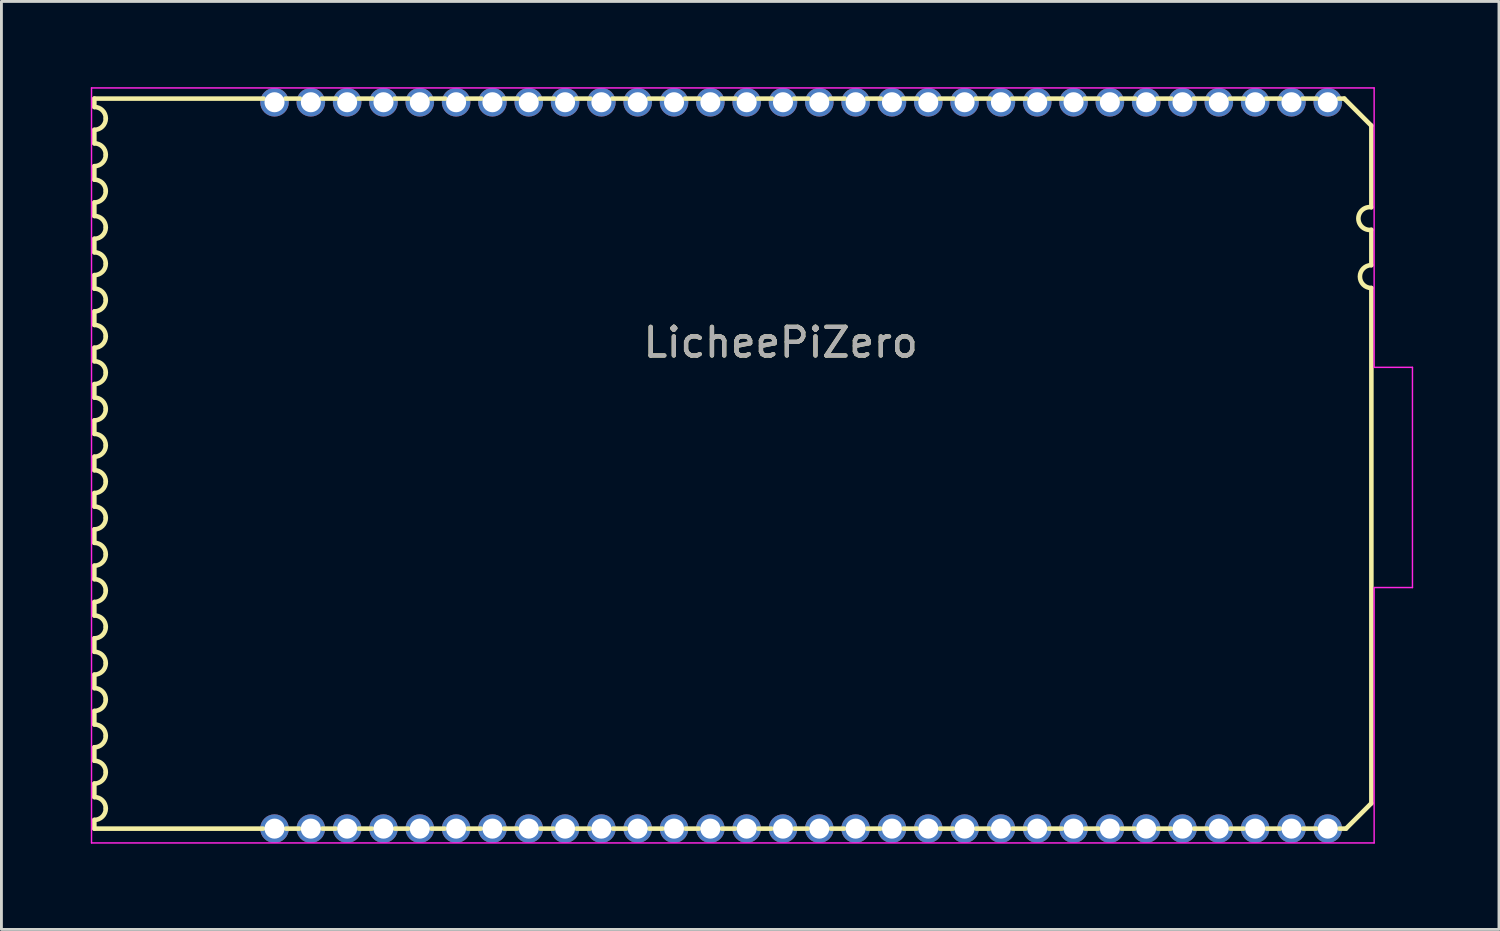
<source format=kicad_pcb>
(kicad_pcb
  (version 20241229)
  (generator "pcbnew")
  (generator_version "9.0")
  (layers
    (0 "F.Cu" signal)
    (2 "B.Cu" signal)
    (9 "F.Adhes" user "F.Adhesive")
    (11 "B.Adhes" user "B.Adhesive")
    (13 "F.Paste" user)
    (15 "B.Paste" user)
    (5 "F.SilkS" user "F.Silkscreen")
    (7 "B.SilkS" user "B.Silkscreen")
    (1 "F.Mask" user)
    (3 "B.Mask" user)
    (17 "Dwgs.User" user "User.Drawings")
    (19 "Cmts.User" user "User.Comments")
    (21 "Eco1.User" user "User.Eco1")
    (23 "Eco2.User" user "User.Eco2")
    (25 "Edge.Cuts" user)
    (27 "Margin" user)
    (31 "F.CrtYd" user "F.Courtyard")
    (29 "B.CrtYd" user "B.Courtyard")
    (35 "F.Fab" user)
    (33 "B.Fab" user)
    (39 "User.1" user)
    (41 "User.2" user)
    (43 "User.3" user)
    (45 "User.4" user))
  (footprint "LicheePiZero"
    (layer "F.Cu")
    (at 0.25 25.925)
    (property "Reference" "LicheePiZero" (at 24 -17 0) (layer "F.SilkS") (effects (font (size 1 1) (thickness 0.15))))
    (attr smd)
    (fp_line (start -0.001 -25.527) (end -0.001 -25.234) (stroke (width 0.16) (type solid)) (layer "F.SilkS"))
    (fp_line (start -0.001 -24.434) (end -0.001 -23.964) (stroke (width 0.16) (type solid)) (layer "F.SilkS"))
    (fp_line (start -0.001 -23.164) (end -0.001 -22.694) (stroke (width 0.16) (type solid)) (layer "F.SilkS"))
    (fp_line (start -0.001 -21.894) (end -0.001 -21.424) (stroke (width 0.16) (type solid)) (layer "F.SilkS"))
    (fp_line (start -0.001 -20.624) (end -0.001 -20.154) (stroke (width 0.16) (type solid)) (layer "F.SilkS"))
    (fp_line (start -0.001 -19.354) (end -0.001 -18.884) (stroke (width 0.16) (type solid)) (layer "F.SilkS"))
    (fp_line (start -0.001 -18.084) (end -0.001 -17.614) (stroke (width 0.16) (type solid)) (layer "F.SilkS"))
    (fp_line (start -0.001 -16.814) (end -0.001 -16.344) (stroke (width 0.16) (type solid)) (layer "F.SilkS"))
    (fp_line (start -0.001 -15.544) (end -0.001 -15.074) (stroke (width 0.16) (type solid)) (layer "F.SilkS"))
    (fp_line (start -0.001 -14.274) (end -0.001 -13.804) (stroke (width 0.16) (type solid)) (layer "F.SilkS"))
    (fp_line (start -0.001 -13.004) (end -0.001 -12.534) (stroke (width 0.16) (type solid)) (layer "F.SilkS"))
    (fp_line (start -0.001 -11.734) (end -0.001 -11.264) (stroke (width 0.16) (type solid)) (layer "F.SilkS"))
    (fp_line (start -0.001 -10.464) (end -0.001 -9.994) (stroke (width 0.16) (type solid)) (layer "F.SilkS"))
    (fp_line (start -0.001 -9.194) (end -0.001 -8.724) (stroke (width 0.16) (type solid)) (layer "F.SilkS"))
    (fp_line (start -0.001 -7.924) (end -0.001 -7.454) (stroke (width 0.16) (type solid)) (layer "F.SilkS"))
    (fp_line (start -0.001 -6.654) (end -0.001 -6.184) (stroke (width 0.16) (type solid)) (layer "F.SilkS"))
    (fp_line (start -0.001 -5.384) (end -0.001 -4.914) (stroke (width 0.16) (type solid)) (layer "F.SilkS"))
    (fp_line (start -0.001 -4.114) (end -0.001 -3.644) (stroke (width 0.16) (type solid)) (layer "F.SilkS"))
    (fp_line (start -0.001 -2.844) (end -0.001 -2.374) (stroke (width 0.16) (type solid)) (layer "F.SilkS"))
    (fp_line (start -0.001 -1.574) (end -0.001 -1.104) (stroke (width 0.16) (type solid)) (layer "F.SilkS"))
    (fp_line (start -0.001 -0.304) (end -0.001 0) (stroke (width 0.16) (type solid)) (layer "F.SilkS"))
    (fp_line (start -0.001 0) (end 5.899 0) (stroke (width 0.16) (type solid)) (layer "F.SilkS"))
    (fp_line (start 5.92 -25.527) (end -0.001 -25.527) (stroke (width 0.16) (type solid)) (layer "F.SilkS"))
    (fp_line (start 6.699 0) (end 7.169 0) (stroke (width 0.16) (type solid)) (layer "F.SilkS"))
    (fp_line (start 7.19 -25.527) (end 6.679 -25.527) (stroke (width 0.16) (type solid)) (layer "F.SilkS"))
    (fp_line (start 7.969 0) (end 8.439 0) (stroke (width 0.16) (type solid)) (layer "F.SilkS"))
    (fp_line (start 8.46 -25.527) (end 7.949 -25.527) (stroke (width 0.16) (type solid)) (layer "F.SilkS"))
    (fp_line (start 9.239 0) (end 9.709 0) (stroke (width 0.16) (type solid)) (layer "F.SilkS"))
    (fp_line (start 9.73 -25.527) (end 9.219 -25.527) (stroke (width 0.16) (type solid)) (layer "F.SilkS"))
    (fp_line (start 10.509 0) (end 10.979 0) (stroke (width 0.16) (type solid)) (layer "F.SilkS"))
    (fp_line (start 11 -25.527) (end 10.489 -25.527) (stroke (width 0.16) (type solid)) (layer "F.SilkS"))
    (fp_line (start 11.779 0) (end 12.249 0) (stroke (width 0.16) (type solid)) (layer "F.SilkS"))
    (fp_line (start 12.27 -25.527) (end 11.759 -25.527) (stroke (width 0.16) (type solid)) (layer "F.SilkS"))
    (fp_line (start 13.049 0) (end 13.519 0) (stroke (width 0.16) (type solid)) (layer "F.SilkS"))
    (fp_line (start 13.54 -25.527) (end 13.029 -25.527) (stroke (width 0.16) (type solid)) (layer "F.SilkS"))
    (fp_line (start 14.319 0) (end 14.789 0) (stroke (width 0.16) (type solid)) (layer "F.SilkS"))
    (fp_line (start 14.81 -25.527) (end 14.299 -25.527) (stroke (width 0.16) (type solid)) (layer "F.SilkS"))
    (fp_line (start 15.589 0) (end 16.059 0) (stroke (width 0.16) (type solid)) (layer "F.SilkS"))
    (fp_line (start 16.08 -25.527) (end 15.569 -25.527) (stroke (width 0.16) (type solid)) (layer "F.SilkS"))
    (fp_line (start 16.859 0) (end 17.329 0) (stroke (width 0.16) (type solid)) (layer "F.SilkS"))
    (fp_line (start 17.35 -25.527) (end 16.839 -25.527) (stroke (width 0.16) (type solid)) (layer "F.SilkS"))
    (fp_line (start 18.129 0) (end 18.599 0) (stroke (width 0.16) (type solid)) (layer "F.SilkS"))
    (fp_line (start 18.62 -25.527) (end 18.109 -25.527) (stroke (width 0.16) (type solid)) (layer "F.SilkS"))
    (fp_line (start 19.399 0) (end 19.869 0) (stroke (width 0.16) (type solid)) (layer "F.SilkS"))
    (fp_line (start 19.89 -25.527) (end 19.379 -25.527) (stroke (width 0.16) (type solid)) (layer "F.SilkS"))
    (fp_line (start 20.669 0) (end 21.139 0) (stroke (width 0.16) (type solid)) (layer "F.SilkS"))
    (fp_line (start 21.16 -25.527) (end 20.649 -25.527) (stroke (width 0.16) (type solid)) (layer "F.SilkS"))
    (fp_line (start 21.939 0) (end 22.409 0) (stroke (width 0.16) (type solid)) (layer "F.SilkS"))
    (fp_line (start 22.43 -25.527) (end 21.919 -25.527) (stroke (width 0.16) (type solid)) (layer "F.SilkS"))
    (fp_line (start 23.209 0) (end 23.679 0) (stroke (width 0.16) (type solid)) (layer "F.SilkS"))
    (fp_line (start 23.7 -25.527) (end 23.189 -25.527) (stroke (width 0.16) (type solid)) (layer "F.SilkS"))
    (fp_line (start 24.479 0) (end 24.949 0) (stroke (width 0.16) (type solid)) (layer "F.SilkS"))
    (fp_line (start 24.97 -25.527) (end 24.459 -25.527) (stroke (width 0.16) (type solid)) (layer "F.SilkS"))
    (fp_line (start 25.749 0) (end 26.219 0) (stroke (width 0.16) (type solid)) (layer "F.SilkS"))
    (fp_line (start 26.24 -25.527) (end 25.729 -25.527) (stroke (width 0.16) (type solid)) (layer "F.SilkS"))
    (fp_line (start 27.019 0) (end 27.489 0) (stroke (width 0.16) (type solid)) (layer "F.SilkS"))
    (fp_line (start 27.51 -25.527) (end 26.999 -25.527) (stroke (width 0.16) (type solid)) (layer "F.SilkS"))
    (fp_line (start 28.289 0) (end 28.759 0) (stroke (width 0.16) (type solid)) (layer "F.SilkS"))
    (fp_line (start 28.78 -25.527) (end 28.269 -25.527) (stroke (width 0.16) (type solid)) (layer "F.SilkS"))
    (fp_line (start 29.559 0) (end 30.029 0) (stroke (width 0.16) (type solid)) (layer "F.SilkS"))
    (fp_line (start 30.05 -25.527) (end 29.539 -25.527) (stroke (width 0.16) (type solid)) (layer "F.SilkS"))
    (fp_line (start 30.829 0) (end 31.299 0) (stroke (width 0.16) (type solid)) (layer "F.SilkS"))
    (fp_line (start 31.32 -25.527) (end 30.809 -25.527) (stroke (width 0.16) (type solid)) (layer "F.SilkS"))
    (fp_line (start 32.099 0) (end 32.569 0) (stroke (width 0.16) (type solid)) (layer "F.SilkS"))
    (fp_line (start 32.59 -25.527) (end 32.079 -25.527) (stroke (width 0.16) (type solid)) (layer "F.SilkS"))
    (fp_line (start 33.369 0) (end 33.839 0) (stroke (width 0.16) (type solid)) (layer "F.SilkS"))
    (fp_line (start 33.86 -25.527) (end 33.349 -25.527) (stroke (width 0.16) (type solid)) (layer "F.SilkS"))
    (fp_line (start 34.639 0) (end 35.109 0) (stroke (width 0.16) (type solid)) (layer "F.SilkS"))
    (fp_line (start 35.13 -25.527) (end 34.619 -25.527) (stroke (width 0.16) (type solid)) (layer "F.SilkS"))
    (fp_line (start 35.909 0) (end 36.379 0) (stroke (width 0.16) (type solid)) (layer "F.SilkS"))
    (fp_line (start 36.4 -25.527) (end 35.889 -25.527) (stroke (width 0.16) (type solid)) (layer "F.SilkS"))
    (fp_line (start 37.179 0) (end 37.649 0) (stroke (width 0.16) (type solid)) (layer "F.SilkS"))
    (fp_line (start 37.67 -25.527) (end 37.159 -25.527) (stroke (width 0.16) (type solid)) (layer "F.SilkS"))
    (fp_line (start 38.449 0) (end 38.919 0) (stroke (width 0.16) (type solid)) (layer "F.SilkS"))
    (fp_line (start 38.94 -25.527) (end 38.429 -25.527) (stroke (width 0.16) (type solid)) (layer "F.SilkS"))
    (fp_line (start 39.719 0) (end 40.189 0) (stroke (width 0.16) (type solid)) (layer "F.SilkS"))
    (fp_line (start 40.21 -25.527) (end 39.699 -25.527) (stroke (width 0.16) (type solid)) (layer "F.SilkS"))
    (fp_line (start 40.989 0) (end 41.459 0) (stroke (width 0.16) (type solid)) (layer "F.SilkS"))
    (fp_line (start 41.48 -25.527) (end 40.969 -25.527) (stroke (width 0.16) (type solid)) (layer "F.SilkS"))
    (fp_line (start 42.259 0) (end 42.729 0) (stroke (width 0.16) (type solid)) (layer "F.SilkS"))
    (fp_line (start 42.75 -25.527) (end 42.239 -25.527) (stroke (width 0.16) (type solid)) (layer "F.SilkS"))
    (fp_line (start 43.529 0) (end 43.765 0) (stroke (width 0.16) (type solid)) (layer "F.SilkS"))
    (fp_line (start 43.706 -25.527) (end 43.509 -25.527) (stroke (width 0.16) (type solid)) (layer "F.SilkS"))
    (fp_line (start 43.765 0) (end 44.653 -0.888) (stroke (width 0.16) (type solid)) (layer "F.SilkS"))
    (fp_line (start 44.653 -24.58) (end 43.706 -25.527) (stroke (width 0.16) (type solid)) (layer "F.SilkS"))
    (fp_line (start 44.653 -21.73) (end 44.653 -24.58) (stroke (width 0.16) (type solid)) (layer "F.SilkS"))
    (fp_line (start 44.653 -19.704) (end 44.653 -20.938) (stroke (width 0.16) (type solid)) (layer "F.SilkS"))
    (fp_line (start 44.653 -0.888) (end 44.653 -18.904) (stroke (width 0.16) (type solid)) (layer "F.SilkS"))
    (fp_arc (start -0.001 -25.234) (mid 0.281843 -25.116843) (end 0.399 -24.834) (stroke (width 0.16) (type solid)) (layer "F.SilkS"))
    (fp_arc (start -0.001 -23.964) (mid 0.281843 -23.846843) (end 0.399 -23.564) (stroke (width 0.16) (type solid)) (layer "F.SilkS"))
    (fp_arc (start -0.001 -22.694) (mid 0.281843 -22.576843) (end 0.399 -22.294) (stroke (width 0.16) (type solid)) (layer "F.SilkS"))
    (fp_arc (start -0.001 -21.424) (mid 0.281843 -21.306843) (end 0.399 -21.024) (stroke (width 0.16) (type solid)) (layer "F.SilkS"))
    (fp_arc (start -0.001 -20.154) (mid 0.281843 -20.036843) (end 0.399 -19.754) (stroke (width 0.16) (type solid)) (layer "F.SilkS"))
    (fp_arc (start -0.001 -18.884) (mid 0.281843 -18.766843) (end 0.399 -18.484) (stroke (width 0.16) (type solid)) (layer "F.SilkS"))
    (fp_arc (start -0.001 -17.614) (mid 0.281843 -17.496843) (end 0.399 -17.214) (stroke (width 0.16) (type solid)) (layer "F.SilkS"))
    (fp_arc (start -0.001 -16.344) (mid 0.281843 -16.226843) (end 0.399 -15.944) (stroke (width 0.16) (type solid)) (layer "F.SilkS"))
    (fp_arc (start -0.001 -15.074) (mid 0.281843 -14.956843) (end 0.399 -14.674) (stroke (width 0.16) (type solid)) (layer "F.SilkS"))
    (fp_arc (start -0.001 -13.804) (mid 0.281843 -13.686843) (end 0.399 -13.404) (stroke (width 0.16) (type solid)) (layer "F.SilkS"))
    (fp_arc (start -0.001 -12.534) (mid 0.281843 -12.416843) (end 0.399 -12.134) (stroke (width 0.16) (type solid)) (layer "F.SilkS"))
    (fp_arc (start -0.001 -11.264) (mid 0.281843 -11.146843) (end 0.399 -10.864) (stroke (width 0.16) (type solid)) (layer "F.SilkS"))
    (fp_arc (start -0.001 -9.994) (mid 0.281843 -9.876843) (end 0.399 -9.594) (stroke (width 0.16) (type solid)) (layer "F.SilkS"))
    (fp_arc (start -0.001 -8.724) (mid 0.281843 -8.606843) (end 0.399 -8.324) (stroke (width 0.16) (type solid)) (layer "F.SilkS"))
    (fp_arc (start -0.001 -7.454) (mid 0.281843 -7.336843) (end 0.399 -7.054) (stroke (width 0.16) (type solid)) (layer "F.SilkS"))
    (fp_arc (start -0.001 -6.184) (mid 0.281843 -6.066843) (end 0.399 -5.784) (stroke (width 0.16) (type solid)) (layer "F.SilkS"))
    (fp_arc (start -0.001 -4.914) (mid 0.281843 -4.796843) (end 0.399 -4.514) (stroke (width 0.16) (type solid)) (layer "F.SilkS"))
    (fp_arc (start -0.001 -3.644) (mid 0.281843 -3.526843) (end 0.399 -3.244) (stroke (width 0.16) (type solid)) (layer "F.SilkS"))
    (fp_arc (start -0.001 -2.374) (mid 0.281843 -2.256843) (end 0.399 -1.974) (stroke (width 0.16) (type solid)) (layer "F.SilkS"))
    (fp_arc (start -0.001 -1.104) (mid 0.281843 -0.986843) (end 0.399 -0.704) (stroke (width 0.16) (type solid)) (layer "F.SilkS"))
    (fp_arc (start 0.399 -24.834) (mid 0.281843 -24.551157) (end -0.001 -24.434) (stroke (width 0.16) (type solid)) (layer "F.SilkS"))
    (fp_arc (start 0.399 -23.564) (mid 0.281843 -23.281157) (end -0.001 -23.164) (stroke (width 0.16) (type solid)) (layer "F.SilkS"))
    (fp_arc (start 0.399 -22.294) (mid 0.281843 -22.011157) (end -0.001 -21.894) (stroke (width 0.16) (type solid)) (layer "F.SilkS"))
    (fp_arc (start 0.399 -21.024) (mid 0.281843 -20.741157) (end -0.001 -20.624) (stroke (width 0.16) (type solid)) (layer "F.SilkS"))
    (fp_arc (start 0.399 -19.754) (mid 0.281843 -19.471157) (end -0.001 -19.354) (stroke (width 0.16) (type solid)) (layer "F.SilkS"))
    (fp_arc (start 0.399 -18.484) (mid 0.281843 -18.201157) (end -0.001 -18.084) (stroke (width 0.16) (type solid)) (layer "F.SilkS"))
    (fp_arc (start 0.399 -17.214) (mid 0.281843 -16.931157) (end -0.001 -16.814) (stroke (width 0.16) (type solid)) (layer "F.SilkS"))
    (fp_arc (start 0.399 -15.944) (mid 0.281843 -15.661157) (end -0.001 -15.544) (stroke (width 0.16) (type solid)) (layer "F.SilkS"))
    (fp_arc (start 0.399 -14.674) (mid 0.281843 -14.391157) (end -0.001 -14.274) (stroke (width 0.16) (type solid)) (layer "F.SilkS"))
    (fp_arc (start 0.399 -13.404) (mid 0.281843 -13.121157) (end -0.001 -13.004) (stroke (width 0.16) (type solid)) (layer "F.SilkS"))
    (fp_arc (start 0.399 -12.134) (mid 0.281843 -11.851157) (end -0.001 -11.734) (stroke (width 0.16) (type solid)) (layer "F.SilkS"))
    (fp_arc (start 0.399 -10.864) (mid 0.281843 -10.581157) (end -0.001 -10.464) (stroke (width 0.16) (type solid)) (layer "F.SilkS"))
    (fp_arc (start 0.399 -9.594) (mid 0.281843 -9.311157) (end -0.001 -9.194) (stroke (width 0.16) (type solid)) (layer "F.SilkS"))
    (fp_arc (start 0.399 -8.324) (mid 0.281843 -8.041157) (end -0.001 -7.924) (stroke (width 0.16) (type solid)) (layer "F.SilkS"))
    (fp_arc (start 0.399 -7.054) (mid 0.281843 -6.771157) (end -0.001 -6.654) (stroke (width 0.16) (type solid)) (layer "F.SilkS"))
    (fp_arc (start 0.399 -5.784) (mid 0.281843 -5.501157) (end -0.001 -5.384) (stroke (width 0.16) (type solid)) (layer "F.SilkS"))
    (fp_arc (start 0.399 -4.514) (mid 0.281843 -4.231157) (end -0.001 -4.114) (stroke (width 0.16) (type solid)) (layer "F.SilkS"))
    (fp_arc (start 0.399 -3.244) (mid 0.281843 -2.961157) (end -0.001 -2.844) (stroke (width 0.16) (type solid)) (layer "F.SilkS"))
    (fp_arc (start 0.399 -1.974) (mid 0.281843 -1.691157) (end -0.001 -1.574) (stroke (width 0.16) (type solid)) (layer "F.SilkS"))
    (fp_arc (start 0.399 -0.704) (mid 0.281843 -0.421157) (end -0.001 -0.304) (stroke (width 0.16) (type solid)) (layer "F.SilkS"))
    (fp_arc (start 44.652908 -20.937987) (mid 44.199335 -21.334046) (end 44.653 -21.73) (stroke (width 0.16) (type solid)) (layer "F.SilkS"))
    (fp_arc (start 44.653 -18.904) (mid 44.253 -19.304) (end 44.653 -19.704) (stroke (width 0.16) (type solid)) (layer "F.SilkS"))
    (fp_line (start -0.1 -25.9) (end 44.75 -25.9) (stroke (width 0.05) (type solid)) (layer "F.CrtYd"))
    (fp_line (start -0.1 0.5) (end -0.1 -25.9) (stroke (width 0.05) (type solid)) (layer "F.CrtYd"))
    (fp_line (start 44.75 -25.9) (end 44.75 -16.13) (stroke (width 0.05) (type solid)) (layer "F.CrtYd"))
    (fp_line (start 44.75 -16.13) (end 46.09 -16.13) (stroke (width 0.05) (type solid)) (layer "F.CrtYd"))
    (fp_line (start 44.75 -8.43) (end 44.75 0.5) (stroke (width 0.05) (type solid)) (layer "F.CrtYd"))
    (fp_line (start 44.75 0.5) (end -0.1 0.5) (stroke (width 0.05) (type solid)) (layer "F.CrtYd"))
    (fp_line (start 46.09 -16.13) (end 46.09 -8.43) (stroke (width 0.05) (type solid)) (layer "F.CrtYd"))
    (fp_line (start 46.09 -8.43) (end 44.75 -8.43) (stroke (width 0.05) (type solid)) (layer "F.CrtYd"))
    (fp_text user "${REFERENCE}" (at 24 -17 0) (layer "F.Fab") (effects (font (size 1 1) (thickness 0.15))))
    (pad "1" thru_hole circle (at 17.729 -25.4) (size 1 1) (drill 0.7) (layers "*.Cu" "*.Mask"))
    (pad "1V2" thru_hole circle (at 18.999 0) (size 1 1) (drill 0.7) (layers "*.Cu" "*.Mask"))
    (pad "1V8" thru_hole circle (at 21.539 0) (size 1 1) (drill 0.7) (layers "*.Cu" "*.Mask"))
    (pad "2" thru_hole circle (at 15.189 -25.4) (size 1 1) (drill 0.7) (layers "*.Cu" "*.Mask"))
    (pad "3" thru_hole circle (at 12.649 -25.4) (size 1 1) (drill 0.7) (layers "*.Cu" "*.Mask"))
    (pad "3V" thru_hole circle (at 41.859 -25.4) (size 1 1) (drill 0.7) (layers "*.Cu" "*.Mask"))
    (pad "3V3" thru_hole circle (at 24.079 0) (size 1 1) (drill 0.7) (layers "*.Cu" "*.Mask"))
    (pad "3V3" thru_hole circle (at 26.619 -25.4) (size 1 1) (drill 0.7) (layers "*.Cu" "*.Mask"))
    (pad "4" thru_hole circle (at 10.109 -25.4) (size 1 1) (drill 0.7) (layers "*.Cu" "*.Mask"))
    (pad "5" thru_hole circle (at 7.569 -25.4) (size 1 1) (drill 0.7) (layers "*.Cu" "*.Mask"))
    (pad "5V" thru_hole circle (at 43.129 0) (size 1 1) (drill 0.7) (layers "*.Cu" "*.Mask"))
    (pad "8" thru_hole circle (at 10.109 0) (size 1 1) (drill 0.7) (layers "*.Cu" "*.Mask"))
    (pad "9" thru_hole circle (at 7.569 0) (size 1 1) (drill 0.7) (layers "*.Cu" "*.Mask"))
    (pad "10" thru_hole circle (at 11.379 0) (size 1 1) (drill 0.7) (layers "*.Cu" "*.Mask"))
    (pad "36" thru_hole circle (at 6.299 0) (size 1 1) (drill 0.7) (layers "*.Cu" "*.Mask"))
    (pad "37" thru_hole circle (at 8.839 0) (size 1 1) (drill 0.7) (layers "*.Cu" "*.Mask"))
    (pad "39" thru_hole circle (at 12.649 0) (size 1 1) (drill 0.7) (layers "*.Cu" "*.Mask"))
    (pad "40" thru_hole circle (at 15.189 0) (size 1 1) (drill 0.7) (layers "*.Cu" "*.Mask"))
    (pad "41" thru_hole circle (at 13.919 0) (size 1 1) (drill 0.7) (layers "*.Cu" "*.Mask"))
    (pad "42" thru_hole circle (at 16.459 0) (size 1 1) (drill 0.7) (layers "*.Cu" "*.Mask"))
    (pad "43" thru_hole circle (at 17.729 0) (size 1 1) (drill 0.7) (layers "*.Cu" "*.Mask"))
    (pad "44" thru_hole circle (at 20.269 0) (size 1 1) (drill 0.7) (layers "*.Cu" "*.Mask"))
    (pad "45" thru_hole circle (at 22.809 0) (size 1 1) (drill 0.7) (layers "*.Cu" "*.Mask"))
    (pad "46" thru_hole circle (at 25.349 0) (size 1 1) (drill 0.7) (layers "*.Cu" "*.Mask"))
    (pad "48" thru_hole circle (at 27.889 0) (size 1 1) (drill 0.7) (layers "*.Cu" "*.Mask"))
    (pad "49" thru_hole circle (at 30.429 0) (size 1 1) (drill 0.7) (layers "*.Cu" "*.Mask"))
    (pad "52" thru_hole circle (at 38.049 0) (size 1 1) (drill 0.7) (layers "*.Cu" "*.Mask"))
    (pad "53" thru_hole circle (at 32.969 0) (size 1 1) (drill 0.7) (layers "*.Cu" "*.Mask"))
    (pad "54" thru_hole circle (at 40.589 0) (size 1 1) (drill 0.7) (layers "*.Cu" "*.Mask"))
    (pad "55" thru_hole circle (at 35.509 0) (size 1 1) (drill 0.7) (layers "*.Cu" "*.Mask"))
    (pad "81" thru_hole circle (at 26.619 0) (size 1 1) (drill 0.7) (layers "*.Cu" "*.Mask"))
    (pad "82" thru_hole circle (at 29.159 0) (size 1 1) (drill 0.7) (layers "*.Cu" "*.Mask"))
    (pad "83" thru_hole circle (at 31.699 0) (size 1 1) (drill 0.7) (layers "*.Cu" "*.Mask"))
    (pad "84" thru_hole circle (at 34.239 0) (size 1 1) (drill 0.7) (layers "*.Cu" "*.Mask"))
    (pad "86" thru_hole circle (at 36.779 0) (size 1 1) (drill 0.7) (layers "*.Cu" "*.Mask"))
    (pad "87" thru_hole circle (at 39.319 0) (size 1 1) (drill 0.7) (layers "*.Cu" "*.Mask"))
    (pad "89" thru_hole circle (at 39.319 -25.4) (size 1 1) (drill 0.7) (layers "*.Cu" "*.Mask"))
    (pad "90" thru_hole circle (at 36.779 -25.4) (size 1 1) (drill 0.7) (layers "*.Cu" "*.Mask"))
    (pad "91" thru_hole circle (at 34.239 -25.4) (size 1 1) (drill 0.7) (layers "*.Cu" "*.Mask"))
    (pad "92" thru_hole circle (at 31.699 -25.4) (size 1 1) (drill 0.7) (layers "*.Cu" "*.Mask"))
    (pad "100" thru_hole circle (at 27.889 -25.4) (size 1 1) (drill 0.7) (layers "*.Cu" "*.Mask"))
    (pad "101" thru_hole circle (at 43.129 -25.4) (size 1 1) (drill 0.7) (layers "*.Cu" "*.Mask"))
    (pad "102" thru_hole circle (at 40.589 -25.4) (size 1 1) (drill 0.7) (layers "*.Cu" "*.Mask"))
    (pad "103" thru_hole circle (at 38.049 -25.4) (size 1 1) (drill 0.7) (layers "*.Cu" "*.Mask"))
    (pad "105" thru_hole circle (at 35.509 -25.4) (size 1 1) (drill 0.7) (layers "*.Cu" "*.Mask"))
    (pad "106" thru_hole circle (at 32.969 -25.4) (size 1 1) (drill 0.7) (layers "*.Cu" "*.Mask"))
    (pad "107" thru_hole circle (at 30.429 -25.4) (size 1 1) (drill 0.7) (layers "*.Cu" "*.Mask"))
    (pad "110" thru_hole circle (at 25.349 -25.4) (size 1 1) (drill 0.7) (layers "*.Cu" "*.Mask"))
    (pad "111" thru_hole circle (at 22.809 -25.4) (size 1 1) (drill 0.7) (layers "*.Cu" "*.Mask"))
    (pad "112" thru_hole circle (at 29.159 -25.4) (size 1 1) (drill 0.7) (layers "*.Cu" "*.Mask"))
    (pad "113" thru_hole circle (at 21.539 -25.4) (size 1 1) (drill 0.7) (layers "*.Cu" "*.Mask"))
    (pad "114" thru_hole circle (at 18.999 -25.4) (size 1 1) (drill 0.7) (layers "*.Cu" "*.Mask"))
    (pad "119" thru_hole circle (at 16.459 -25.4) (size 1 1) (drill 0.7) (layers "*.Cu" "*.Mask"))
    (pad "120" thru_hole circle (at 13.919 -25.4) (size 1 1) (drill 0.7) (layers "*.Cu" "*.Mask"))
    (pad "121" thru_hole circle (at 11.379 -25.4) (size 1 1) (drill 0.7) (layers "*.Cu" "*.Mask"))
    (pad "124" thru_hole circle (at 8.839 -25.4) (size 1 1) (drill 0.7) (layers "*.Cu" "*.Mask"))
    (pad "125" thru_hole circle (at 6.299 -25.4) (size 1 1) (drill 0.7) (layers "*.Cu" "*.Mask"))
    (pad "128" thru_hole circle (at 20.269 -25.4) (size 1 1) (drill 0.7) (layers "*.Cu" "*.Mask"))
    (pad "GND" thru_hole circle (at 24.079 -25.4) (size 1 1) (drill 0.7) (layers "*.Cu" "*.Mask"))
    (pad "GND" thru_hole circle (at 41.859 0) (size 1 1) (drill 0.7) (layers "*.Cu" "*.Mask")))
  (gr_rect
    (start -3 -3)
    (end 49.365 29.45)
    (stroke (width 0.1) (type default))
    (fill no)
    (layer "Edge.Cuts")))
</source>
